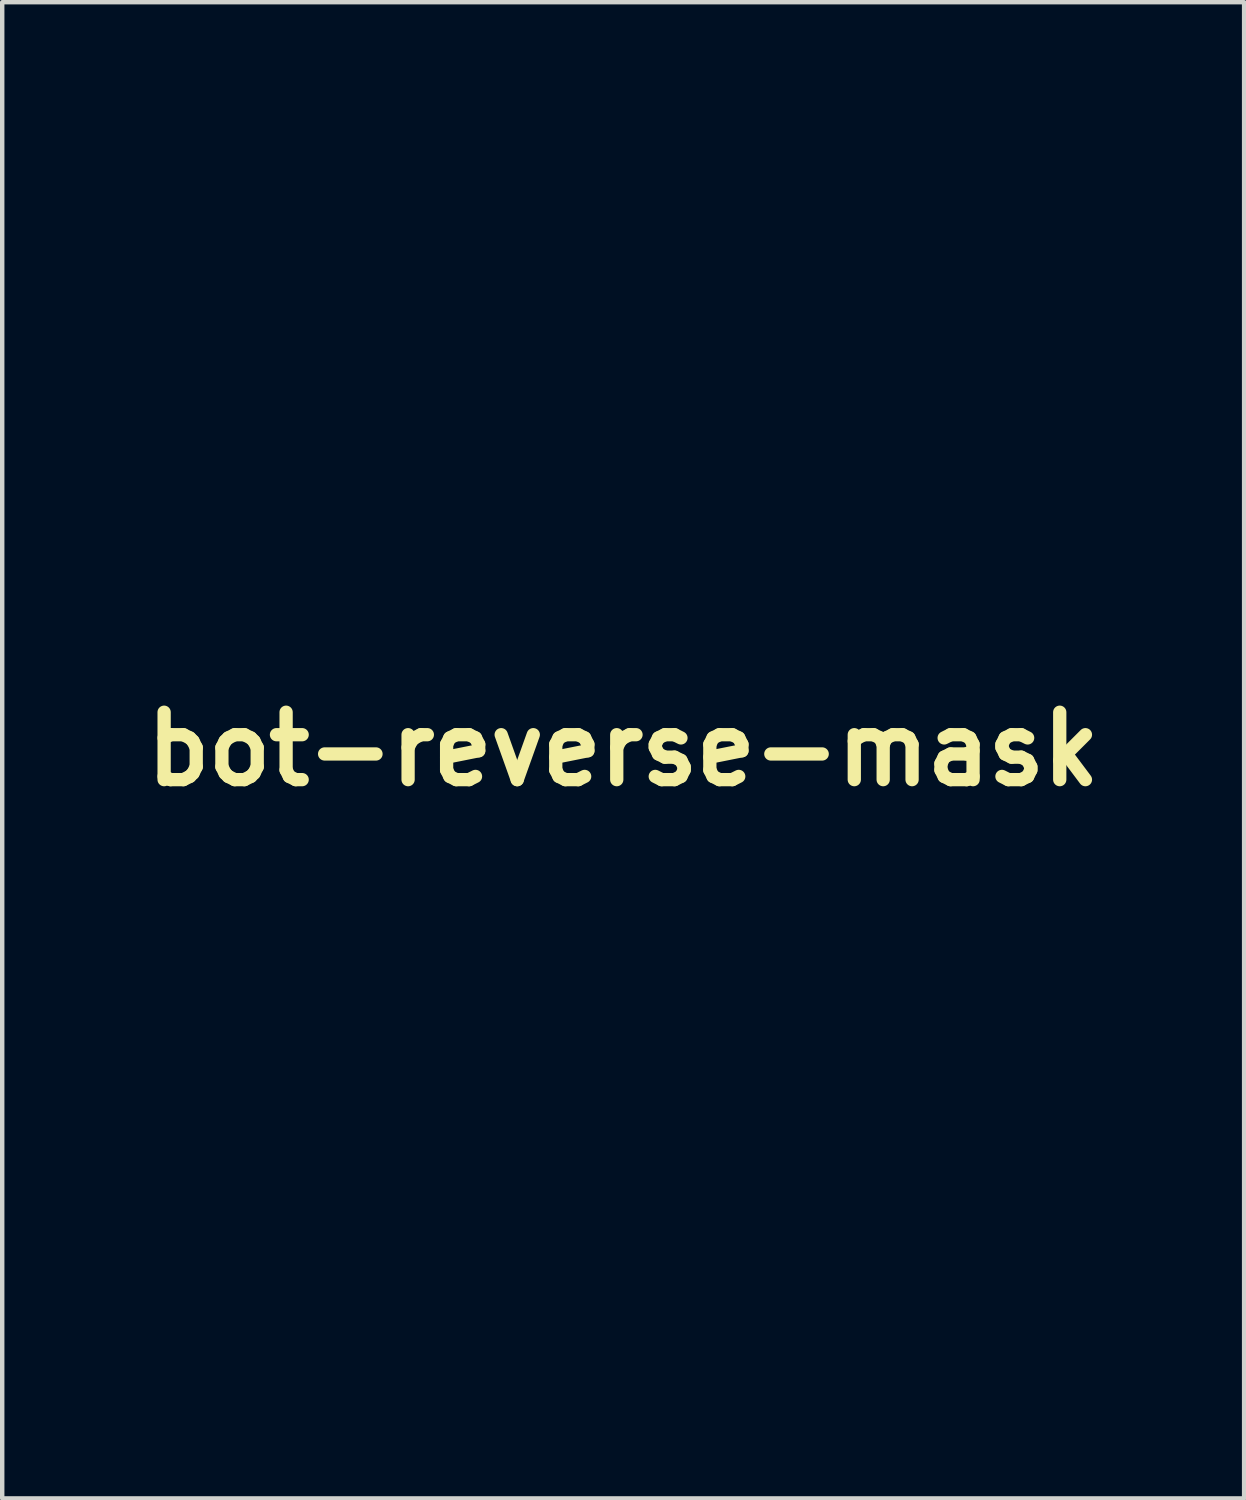
<source format=kicad_pcb>
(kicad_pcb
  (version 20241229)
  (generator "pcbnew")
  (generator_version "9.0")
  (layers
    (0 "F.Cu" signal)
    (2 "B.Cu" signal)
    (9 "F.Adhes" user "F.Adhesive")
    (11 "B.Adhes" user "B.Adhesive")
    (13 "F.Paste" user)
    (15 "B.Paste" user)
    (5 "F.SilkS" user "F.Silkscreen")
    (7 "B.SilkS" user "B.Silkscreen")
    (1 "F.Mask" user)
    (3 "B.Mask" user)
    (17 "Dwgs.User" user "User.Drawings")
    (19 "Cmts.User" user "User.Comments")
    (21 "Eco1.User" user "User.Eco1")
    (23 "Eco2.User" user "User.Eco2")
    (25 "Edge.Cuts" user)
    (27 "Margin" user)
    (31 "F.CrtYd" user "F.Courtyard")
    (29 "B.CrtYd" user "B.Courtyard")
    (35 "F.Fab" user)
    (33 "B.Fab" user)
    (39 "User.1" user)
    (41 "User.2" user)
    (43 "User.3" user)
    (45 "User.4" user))
  (footprint "bot-reverse-mask"
    (layer "F.Cu")
    (at 11.038 13.886)
    (property "Reference" "bot-reverse-mask" (at 0 0 0) (layer "F.SilkS") (effects (font (size 1.524 1.524) (thickness 0.3))))
    (attr through_hole)
    (fp_poly (pts (xy -4.939 -13.504) (xy -4.75 -13.382) (xy -4.61 -13.203) (xy -4.534 -12.991) (xy -4.539 -12.765) (xy -4.553 -12.713) (xy -4.617 -12.556) (xy -4.699 -12.408) (xy -4.781 -12.297) (xy -4.845 -12.25) (xy -4.848 -12.25) (xy -4.898 -12.287) (xy -4.986 -12.382) (xy -5.072 -12.489) (xy -5.216 -12.66) (xy -5.392 -12.841) (xy -5.502 -12.942) (xy -5.63 -13.061) (xy -5.719 -13.163) (xy -5.75 -13.221) (xy -5.706 -13.307) (xy -5.593 -13.4) (xy -5.44 -13.481) (xy -5.275 -13.536) (xy -5.162 -13.55) (xy -4.939 -13.504)) (stroke (width 0.01) (type solid)) (fill yes) (layer "F.Mask"))
    (fp_poly (pts (xy -1.742 6.198) (xy -1.472 6.354) (xy -1.288 6.55) (xy -1.184 6.8) (xy -1.15 7.115) (xy -1.15 7.116) (xy -1.165 7.309) (xy -1.218 7.43) (xy -1.321 7.483) (xy -1.485 7.475) (xy -1.724 7.41) (xy -1.75 7.401) (xy -1.924 7.349) (xy -2.156 7.286) (xy -2.408 7.223) (xy -2.517 7.198) (xy -2.787 7.129) (xy -2.967 7.061) (xy -3.064 6.983) (xy -3.087 6.885) (xy -3.043 6.757) (xy -2.972 6.633) (xy -2.769 6.391) (xy -2.521 6.223) (xy -2.247 6.134) (xy -1.963 6.133) (xy -1.742 6.198)) (stroke (width 0.01) (type solid)) (fill yes) (layer "F.Mask"))
    (fp_poly (pts (xy 6.224 -13.866) (xy 6.485 -13.78) (xy 6.687 -13.636) (xy 6.797 -13.485) (xy 6.877 -13.295) (xy 6.927 -13.087) (xy 6.943 -12.884) (xy 6.925 -12.706) (xy 6.871 -12.575) (xy 6.78 -12.513) (xy 6.773 -12.512) (xy 6.687 -12.53) (xy 6.54 -12.587) (xy 6.361 -12.674) (xy 6.291 -12.712) (xy 6.026 -12.869) (xy 5.782 -13.031) (xy 5.574 -13.188) (xy 5.415 -13.328) (xy 5.321 -13.441) (xy 5.3 -13.496) (xy 5.337 -13.592) (xy 5.427 -13.692) (xy 5.432 -13.696) (xy 5.67 -13.825) (xy 5.943 -13.881) (xy 6.224 -13.866)) (stroke (width 0.01) (type solid)) (fill yes) (layer "F.Mask"))
    (fp_poly (pts (xy -0.795 -12.169) (xy -0.539 -12.017) (xy -0.361 -11.85) (xy -0.201 -11.637) (xy -0.078 -11.407) (xy -0.009 -11.191) (xy 0 -11.103) (xy -0.027 -10.922) (xy -0.097 -10.7) (xy -0.194 -10.478) (xy -0.302 -10.296) (xy -0.343 -10.245) (xy -0.475 -10.1) (xy -1.06 -10.638) (xy -1.287 -10.845) (xy -1.513 -11.051) (xy -1.717 -11.234) (xy -1.877 -11.377) (xy -1.922 -11.417) (xy -2.058 -11.542) (xy -2.156 -11.646) (xy -2.199 -11.71) (xy -2.2 -11.714) (xy -2.166 -11.774) (xy -2.077 -11.877) (xy -1.978 -11.975) (xy -1.708 -12.165) (xy -1.414 -12.261) (xy -1.106 -12.263) (xy -0.795 -12.169)) (stroke (width 0.01) (type solid)) (fill yes) (layer "F.Mask"))
    (fp_poly (pts (xy -0.834 12.683) (xy -0.699 12.715) (xy -0.578 12.782) (xy -0.533 12.815) (xy -0.378 12.974) (xy -0.261 13.168) (xy -0.203 13.361) (xy -0.2 13.404) (xy -0.249 13.486) (xy -0.392 13.577) (xy -0.625 13.676) (xy -0.943 13.779) (xy -1.05 13.809) (xy -1.292 13.876) (xy -1.457 13.916) (xy -1.563 13.933) (xy -1.63 13.927) (xy -1.677 13.9) (xy -1.72 13.856) (xy -1.801 13.704) (xy -1.837 13.501) (xy -1.826 13.285) (xy -1.786 13.143) (xy -1.697 12.999) (xy -1.567 12.857) (xy -1.522 12.819) (xy -1.394 12.735) (xy -1.27 12.691) (xy -1.106 12.676) (xy -1.025 12.675) (xy -0.834 12.683)) (stroke (width 0.01) (type solid)) (fill yes) (layer "F.Mask"))
    (fp_poly (pts (xy -6.526 -3.928) (xy -6.269 -3.835) (xy -6.175 -3.775) (xy -6.022 -3.62) (xy -5.873 -3.403) (xy -5.751 -3.163) (xy -5.677 -2.938) (xy -5.67 -2.894) (xy -5.655 -2.753) (xy -5.671 -2.677) (xy -5.731 -2.631) (xy -5.782 -2.61) (xy -6.075 -2.514) (xy -6.368 -2.469) (xy -6.689 -2.472) (xy -7.07 -2.522) (xy -7.075 -2.523) (xy -7.361 -2.579) (xy -7.612 -2.642) (xy -7.809 -2.704) (xy -7.93 -2.76) (xy -7.938 -2.765) (xy -7.998 -2.868) (xy -7.994 -3.019) (xy -7.935 -3.201) (xy -7.832 -3.393) (xy -7.694 -3.578) (xy -7.531 -3.736) (xy -7.387 -3.831) (xy -7.116 -3.927) (xy -6.819 -3.959) (xy -6.526 -3.928)) (stroke (width 0.01) (type solid)) (fill yes) (layer "F.Mask"))
    (fp_poly (pts (xy 7.387 -1.413) (xy 7.527 -1.353) (xy 7.573 -1.332) (xy 7.746 -1.243) (xy 7.855 -1.151) (xy 7.933 -1.027) (xy 7.95 -0.99) (xy 8.026 -0.788) (xy 8.044 -0.62) (xy 8.007 -0.443) (xy 7.995 -0.407) (xy 7.929 -0.289) (xy 7.851 -0.246) (xy 7.795 -0.271) (xy 7.74 -0.294) (xy 7.613 -0.333) (xy 7.442 -0.38) (xy 7.424 -0.385) (xy 7.248 -0.441) (xy 7.054 -0.517) (xy 6.864 -0.602) (xy 6.702 -0.685) (xy 6.59 -0.756) (xy 6.55 -0.803) (xy 6.575 -0.857) (xy 6.638 -0.967) (xy 6.695 -1.059) (xy 6.831 -1.232) (xy 6.991 -1.342) (xy 7.066 -1.374) (xy 7.195 -1.42) (xy 7.289 -1.434) (xy 7.387 -1.413)) (stroke (width 0.01) (type solid)) (fill yes) (layer "F.Mask")))
  (gr_rect
    (start -3 -3)
    (end 25.076 30.825)
    (stroke (width 0.1) (type default))
    (fill no)
    (layer "Edge.Cuts")))
</source>
